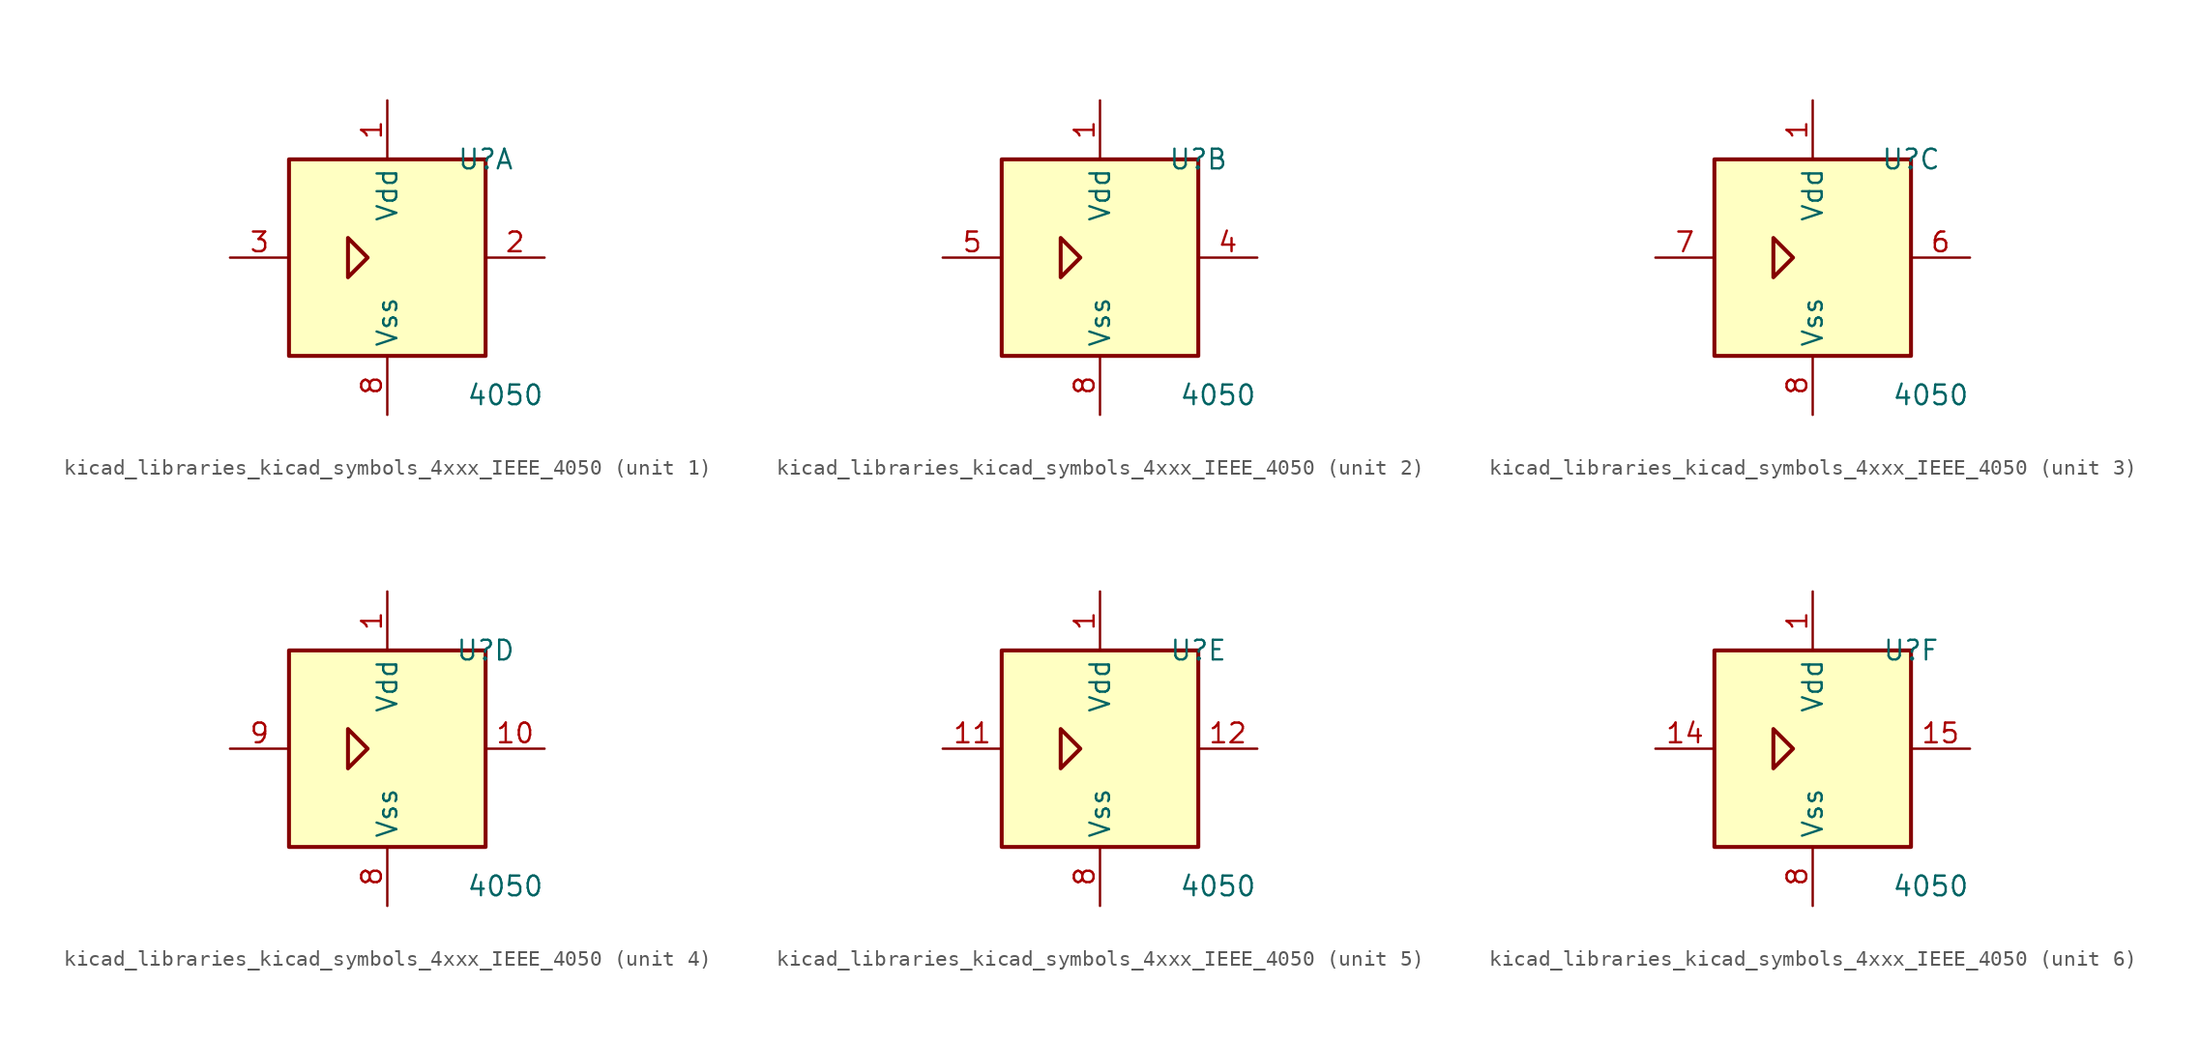
<source format=kicad_sym>
(kicad_symbol_lib
  (version 20220914)
  (generator kicad_symbol_editor)
  (symbol "kicad_libraries_kicad_symbols_4xxx_IEEE_4050"
    (property "Reference" "U"
      (at 6.35 6.35 0)
      (effects (font (size 1.27 1.27))))
    (property "Value" "4050"
      (at 7.62 -8.89 0)
      (effects (font (size 1.27 1.27))))
    (symbol "kicad_libraries_kicad_symbols_4xxx_IEEE_4050_0_0"
      (polyline (pts (xy -2.54 1.27) (xy -2.54 -1.27) (xy -1.27 0) (xy -2.54 1.27) (xy -2.54 1.27)) (stroke (width 0.254) (type default)) (fill (type background)))
      (pin power_in line (at 0 10.16 270) (length 3.81) (name "Vdd" (effects (font (size 1.27 1.27)))) (number "1" (effects (font (size 1.27 1.27)))))
      (pin power_in line (at 0 -10.16 90) (length 3.81) (name "Vss" (effects (font (size 1.27 1.27)))) (number "8" (effects (font (size 1.27 1.27))))))
    (symbol "kicad_libraries_kicad_symbols_4xxx_IEEE_4050_0_1"
      (rectangle (start -6.35 6.35) (end 6.35 -6.35) (stroke (width 0.254) (type default)) (fill (type background))))
    (symbol "kicad_libraries_kicad_symbols_4xxx_IEEE_4050_1_1"
      (pin output line (at 10.16 0 180) (length 3.81) (name "~" (effects (font (size 1.27 1.27)))) (number "2" (effects (font (size 1.27 1.27)))))
      (pin input line (at -10.16 0 0) (length 3.81) (name "~" (effects (font (size 1.27 1.27)))) (number "3" (effects (font (size 1.27 1.27))))))
    (symbol "kicad_libraries_kicad_symbols_4xxx_IEEE_4050_2_1"
      (pin output line (at 10.16 0 180) (length 3.81) (name "~" (effects (font (size 1.27 1.27)))) (number "4" (effects (font (size 1.27 1.27)))))
      (pin input line (at -10.16 0 0) (length 3.81) (name "~" (effects (font (size 1.27 1.27)))) (number "5" (effects (font (size 1.27 1.27))))))
    (symbol "kicad_libraries_kicad_symbols_4xxx_IEEE_4050_3_1"
      (pin output line (at 10.16 0 180) (length 3.81) (name "~" (effects (font (size 1.27 1.27)))) (number "6" (effects (font (size 1.27 1.27)))))
      (pin input line (at -10.16 0 0) (length 3.81) (name "~" (effects (font (size 1.27 1.27)))) (number "7" (effects (font (size 1.27 1.27))))))
    (symbol "kicad_libraries_kicad_symbols_4xxx_IEEE_4050_4_1"
      (pin output line (at 10.16 0 180) (length 3.81) (name "~" (effects (font (size 1.27 1.27)))) (number "10" (effects (font (size 1.27 1.27)))))
      (pin input line (at -10.16 0 0) (length 3.81) (name "~" (effects (font (size 1.27 1.27)))) (number "9" (effects (font (size 1.27 1.27))))))
    (symbol "kicad_libraries_kicad_symbols_4xxx_IEEE_4050_5_1"
      (pin input line (at -10.16 0 0) (length 3.81) (name "~" (effects (font (size 1.27 1.27)))) (number "11" (effects (font (size 1.27 1.27)))))
      (pin output line (at 10.16 0 180) (length 3.81) (name "~" (effects (font (size 1.27 1.27)))) (number "12" (effects (font (size 1.27 1.27))))))
    (symbol "kicad_libraries_kicad_symbols_4xxx_IEEE_4050_6_1"
      (pin input line (at -10.16 0 0) (length 3.81) (name "~" (effects (font (size 1.27 1.27)))) (number "14" (effects (font (size 1.27 1.27)))))
      (pin output line (at 10.16 0 180) (length 3.81) (name "~" (effects (font (size 1.27 1.27)))) (number "15" (effects (font (size 1.27 1.27))))))))
</source>
